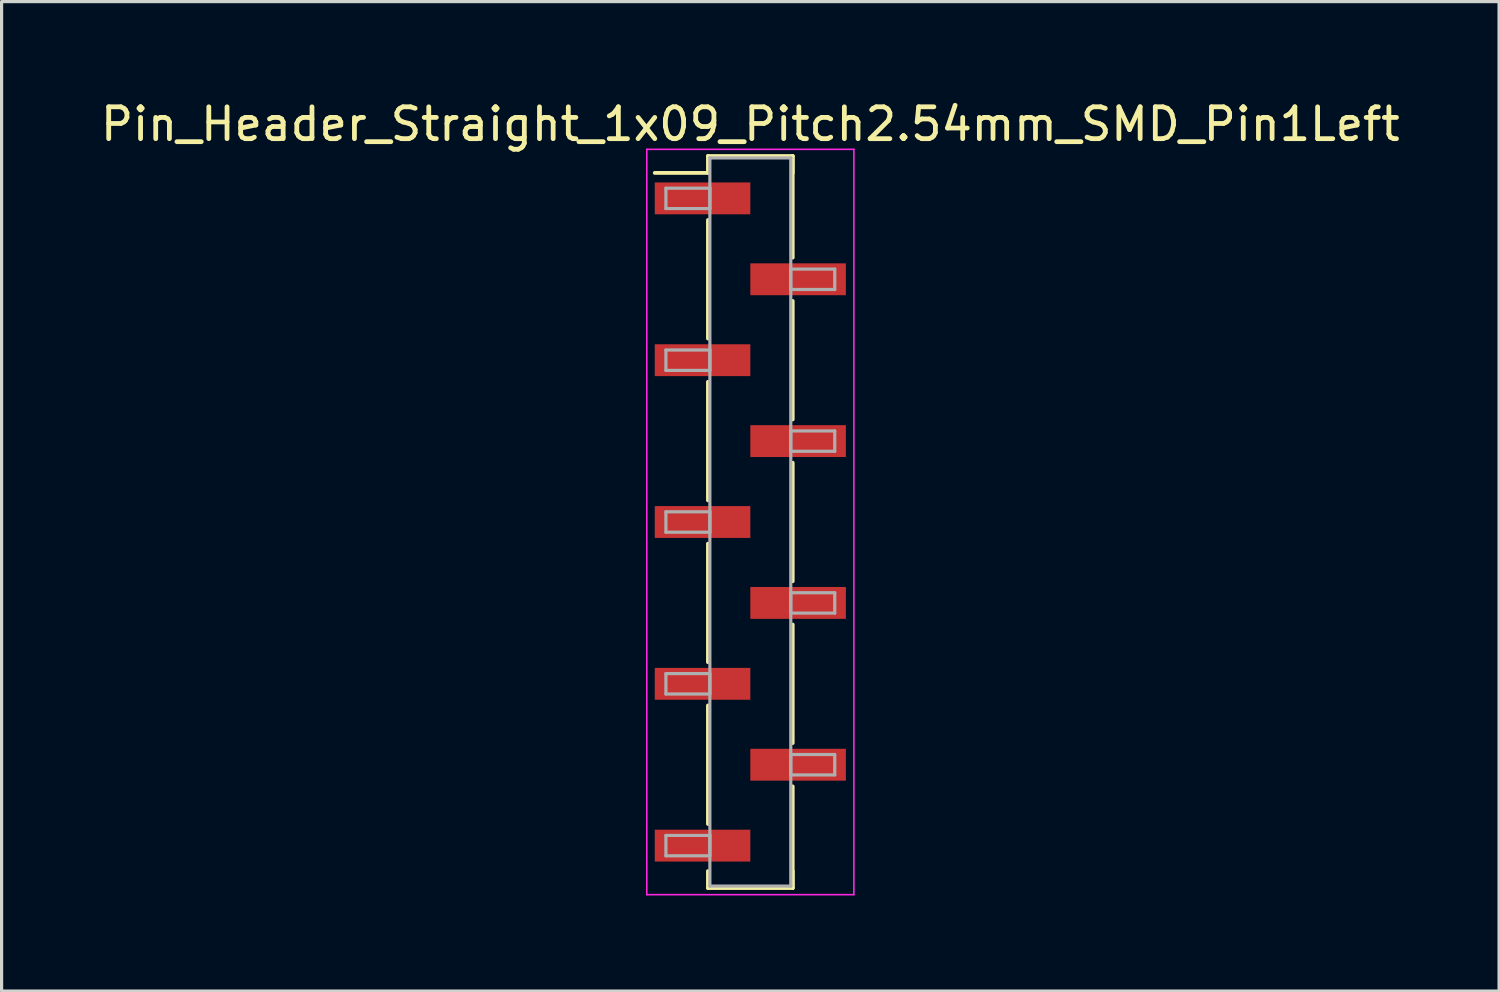
<source format=kicad_pcb>
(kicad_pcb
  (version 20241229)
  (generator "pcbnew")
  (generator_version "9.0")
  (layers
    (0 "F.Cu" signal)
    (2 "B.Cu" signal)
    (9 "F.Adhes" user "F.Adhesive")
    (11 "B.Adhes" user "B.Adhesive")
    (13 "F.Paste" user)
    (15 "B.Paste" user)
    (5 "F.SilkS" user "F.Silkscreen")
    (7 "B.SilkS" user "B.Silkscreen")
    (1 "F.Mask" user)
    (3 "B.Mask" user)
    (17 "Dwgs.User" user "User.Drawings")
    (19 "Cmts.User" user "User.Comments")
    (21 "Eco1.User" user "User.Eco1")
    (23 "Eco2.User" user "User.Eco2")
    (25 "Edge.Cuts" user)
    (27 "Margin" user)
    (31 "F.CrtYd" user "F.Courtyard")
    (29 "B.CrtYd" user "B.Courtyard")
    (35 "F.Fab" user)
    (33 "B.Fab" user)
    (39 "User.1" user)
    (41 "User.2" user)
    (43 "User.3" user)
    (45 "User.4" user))
  (footprint "Pin_Header_Straight_1x09_Pitch2.54mm_SMD_Pin1Left"
    (layer "F.Cu")
    (at 20.506 13.338)
    (property "Reference" "Pin_Header_Straight_1x09_Pitch2.54mm_SMD_Pin1Left" (at 0 -12.49 0) (layer "F.SilkS") (effects (font (size 1 1) (thickness 0.15))))
    (attr smd)
    (fp_line (start -1.33 -11.49) (end 1.33 -11.49) (stroke (width 0.12) (type solid)) (layer "F.SilkS"))
    (fp_line (start -1.33 -10.96) (end -3 -10.96) (stroke (width 0.12) (type solid)) (layer "F.SilkS"))
    (fp_line (start -1.33 -10.96) (end -1.33 -11.49) (stroke (width 0.12) (type solid)) (layer "F.SilkS"))
    (fp_line (start -1.33 -9.48) (end -1.33 -5.76) (stroke (width 0.12) (type solid)) (layer "F.SilkS"))
    (fp_line (start -1.33 -4.4) (end -1.33 -0.68) (stroke (width 0.12) (type solid)) (layer "F.SilkS"))
    (fp_line (start -1.33 0.68) (end -1.33 4.4) (stroke (width 0.12) (type solid)) (layer "F.SilkS"))
    (fp_line (start -1.33 5.76) (end -1.33 9.48) (stroke (width 0.12) (type solid)) (layer "F.SilkS"))
    (fp_line (start -1.33 10.96) (end -1.33 11.49) (stroke (width 0.12) (type solid)) (layer "F.SilkS"))
    (fp_line (start -1.33 11.49) (end 1.33 11.49) (stroke (width 0.12) (type solid)) (layer "F.SilkS"))
    (fp_line (start 1.33 -11.49) (end 1.33 -10.96) (stroke (width 0.12) (type solid)) (layer "F.SilkS"))
    (fp_line (start 1.33 -11.49) (end 1.33 -8.3) (stroke (width 0.12) (type solid)) (layer "F.SilkS"))
    (fp_line (start 1.33 -6.94) (end 1.33 -3.22) (stroke (width 0.12) (type solid)) (layer "F.SilkS"))
    (fp_line (start 1.33 -1.86) (end 1.33 1.86) (stroke (width 0.12) (type solid)) (layer "F.SilkS"))
    (fp_line (start 1.33 3.22) (end 1.33 6.94) (stroke (width 0.12) (type solid)) (layer "F.SilkS"))
    (fp_line (start 1.33 8.3) (end 1.33 11.49) (stroke (width 0.12) (type solid)) (layer "F.SilkS"))
    (fp_line (start 1.33 11.49) (end 1.33 10.96) (stroke (width 0.12) (type solid)) (layer "F.SilkS"))
    (fp_line (start -3.25 -11.7) (end -3.25 11.7) (stroke (width 0.05) (type solid)) (layer "F.CrtYd"))
    (fp_line (start -3.25 11.7) (end 3.25 11.7) (stroke (width 0.05) (type solid)) (layer "F.CrtYd"))
    (fp_line (start 3.25 -11.7) (end -3.25 -11.7) (stroke (width 0.05) (type solid)) (layer "F.CrtYd"))
    (fp_line (start 3.25 11.7) (end 3.25 -11.7) (stroke (width 0.05) (type solid)) (layer "F.CrtYd"))
    (fp_line (start -2.65 -10.48) (end -1.27 -10.48) (stroke (width 0.1) (type solid)) (layer "F.Fab"))
    (fp_line (start -2.65 -9.84) (end -2.65 -10.48) (stroke (width 0.1) (type solid)) (layer "F.Fab"))
    (fp_line (start -2.65 -5.4) (end -1.27 -5.4) (stroke (width 0.1) (type solid)) (layer "F.Fab"))
    (fp_line (start -2.65 -4.76) (end -2.65 -5.4) (stroke (width 0.1) (type solid)) (layer "F.Fab"))
    (fp_line (start -2.65 -0.32) (end -1.27 -0.32) (stroke (width 0.1) (type solid)) (layer "F.Fab"))
    (fp_line (start -2.65 0.32) (end -2.65 -0.32) (stroke (width 0.1) (type solid)) (layer "F.Fab"))
    (fp_line (start -2.65 4.76) (end -1.27 4.76) (stroke (width 0.1) (type solid)) (layer "F.Fab"))
    (fp_line (start -2.65 5.4) (end -2.65 4.76) (stroke (width 0.1) (type solid)) (layer "F.Fab"))
    (fp_line (start -2.65 9.84) (end -1.27 9.84) (stroke (width 0.1) (type solid)) (layer "F.Fab"))
    (fp_line (start -2.65 10.48) (end -2.65 9.84) (stroke (width 0.1) (type solid)) (layer "F.Fab"))
    (fp_line (start -1.27 -11.43) (end -1.27 11.43) (stroke (width 0.1) (type solid)) (layer "F.Fab"))
    (fp_line (start -1.27 -10.48) (end -1.27 -9.84) (stroke (width 0.1) (type solid)) (layer "F.Fab"))
    (fp_line (start -1.27 -9.84) (end -2.65 -9.84) (stroke (width 0.1) (type solid)) (layer "F.Fab"))
    (fp_line (start -1.27 -5.4) (end -1.27 -4.76) (stroke (width 0.1) (type solid)) (layer "F.Fab"))
    (fp_line (start -1.27 -4.76) (end -2.65 -4.76) (stroke (width 0.1) (type solid)) (layer "F.Fab"))
    (fp_line (start -1.27 -0.32) (end -1.27 0.32) (stroke (width 0.1) (type solid)) (layer "F.Fab"))
    (fp_line (start -1.27 0.32) (end -2.65 0.32) (stroke (width 0.1) (type solid)) (layer "F.Fab"))
    (fp_line (start -1.27 4.76) (end -1.27 5.4) (stroke (width 0.1) (type solid)) (layer "F.Fab"))
    (fp_line (start -1.27 5.4) (end -2.65 5.4) (stroke (width 0.1) (type solid)) (layer "F.Fab"))
    (fp_line (start -1.27 9.84) (end -1.27 10.48) (stroke (width 0.1) (type solid)) (layer "F.Fab"))
    (fp_line (start -1.27 10.48) (end -2.65 10.48) (stroke (width 0.1) (type solid)) (layer "F.Fab"))
    (fp_line (start -1.27 11.43) (end 1.27 11.43) (stroke (width 0.1) (type solid)) (layer "F.Fab"))
    (fp_line (start 1.27 -11.43) (end -1.27 -11.43) (stroke (width 0.1) (type solid)) (layer "F.Fab"))
    (fp_line (start 1.27 -7.94) (end 1.27 -7.3) (stroke (width 0.1) (type solid)) (layer "F.Fab"))
    (fp_line (start 1.27 -7.3) (end 2.65 -7.3) (stroke (width 0.1) (type solid)) (layer "F.Fab"))
    (fp_line (start 1.27 -2.86) (end 1.27 -2.22) (stroke (width 0.1) (type solid)) (layer "F.Fab"))
    (fp_line (start 1.27 -2.22) (end 2.65 -2.22) (stroke (width 0.1) (type solid)) (layer "F.Fab"))
    (fp_line (start 1.27 2.22) (end 1.27 2.86) (stroke (width 0.1) (type solid)) (layer "F.Fab"))
    (fp_line (start 1.27 2.86) (end 2.65 2.86) (stroke (width 0.1) (type solid)) (layer "F.Fab"))
    (fp_line (start 1.27 7.3) (end 1.27 7.94) (stroke (width 0.1) (type solid)) (layer "F.Fab"))
    (fp_line (start 1.27 7.94) (end 2.65 7.94) (stroke (width 0.1) (type solid)) (layer "F.Fab"))
    (fp_line (start 1.27 11.43) (end 1.27 -11.43) (stroke (width 0.1) (type solid)) (layer "F.Fab"))
    (fp_line (start 2.65 -7.94) (end 1.27 -7.94) (stroke (width 0.1) (type solid)) (layer "F.Fab"))
    (fp_line (start 2.65 -7.3) (end 2.65 -7.94) (stroke (width 0.1) (type solid)) (layer "F.Fab"))
    (fp_line (start 2.65 -2.86) (end 1.27 -2.86) (stroke (width 0.1) (type solid)) (layer "F.Fab"))
    (fp_line (start 2.65 -2.22) (end 2.65 -2.86) (stroke (width 0.1) (type solid)) (layer "F.Fab"))
    (fp_line (start 2.65 2.22) (end 1.27 2.22) (stroke (width 0.1) (type solid)) (layer "F.Fab"))
    (fp_line (start 2.65 2.86) (end 2.65 2.22) (stroke (width 0.1) (type solid)) (layer "F.Fab"))
    (fp_line (start 2.65 7.3) (end 1.27 7.3) (stroke (width 0.1) (type solid)) (layer "F.Fab"))
    (fp_line (start 2.65 7.94) (end 2.65 7.3) (stroke (width 0.1) (type solid)) (layer "F.Fab"))
    (pad "1" smd rect (at -1.5 -10.16) (size 3 1) (layers "F.Cu" "F.Mask"))
    (pad "2" smd rect (at 1.5 -7.62) (size 3 1) (layers "F.Cu" "F.Mask"))
    (pad "3" smd rect (at -1.5 -5.08) (size 3 1) (layers "F.Cu" "F.Mask"))
    (pad "4" smd rect (at 1.5 -2.54) (size 3 1) (layers "F.Cu" "F.Mask"))
    (pad "5" smd rect (at -1.5 0) (size 3 1) (layers "F.Cu" "F.Mask"))
    (pad "6" smd rect (at 1.5 2.54) (size 3 1) (layers "F.Cu" "F.Mask"))
    (pad "7" smd rect (at -1.5 5.08) (size 3 1) (layers "F.Cu" "F.Mask"))
    (pad "8" smd rect (at 1.5 7.62) (size 3 1) (layers "F.Cu" "F.Mask"))
    (pad "9" smd rect (at -1.5 10.16) (size 3 1) (layers "F.Cu" "F.Mask")))
  (gr_rect
    (start -3 -3)
    (end 44.012 28.063)
    (stroke (width 0.1) (type default))
    (fill no)
    (layer "Edge.Cuts")))
</source>
